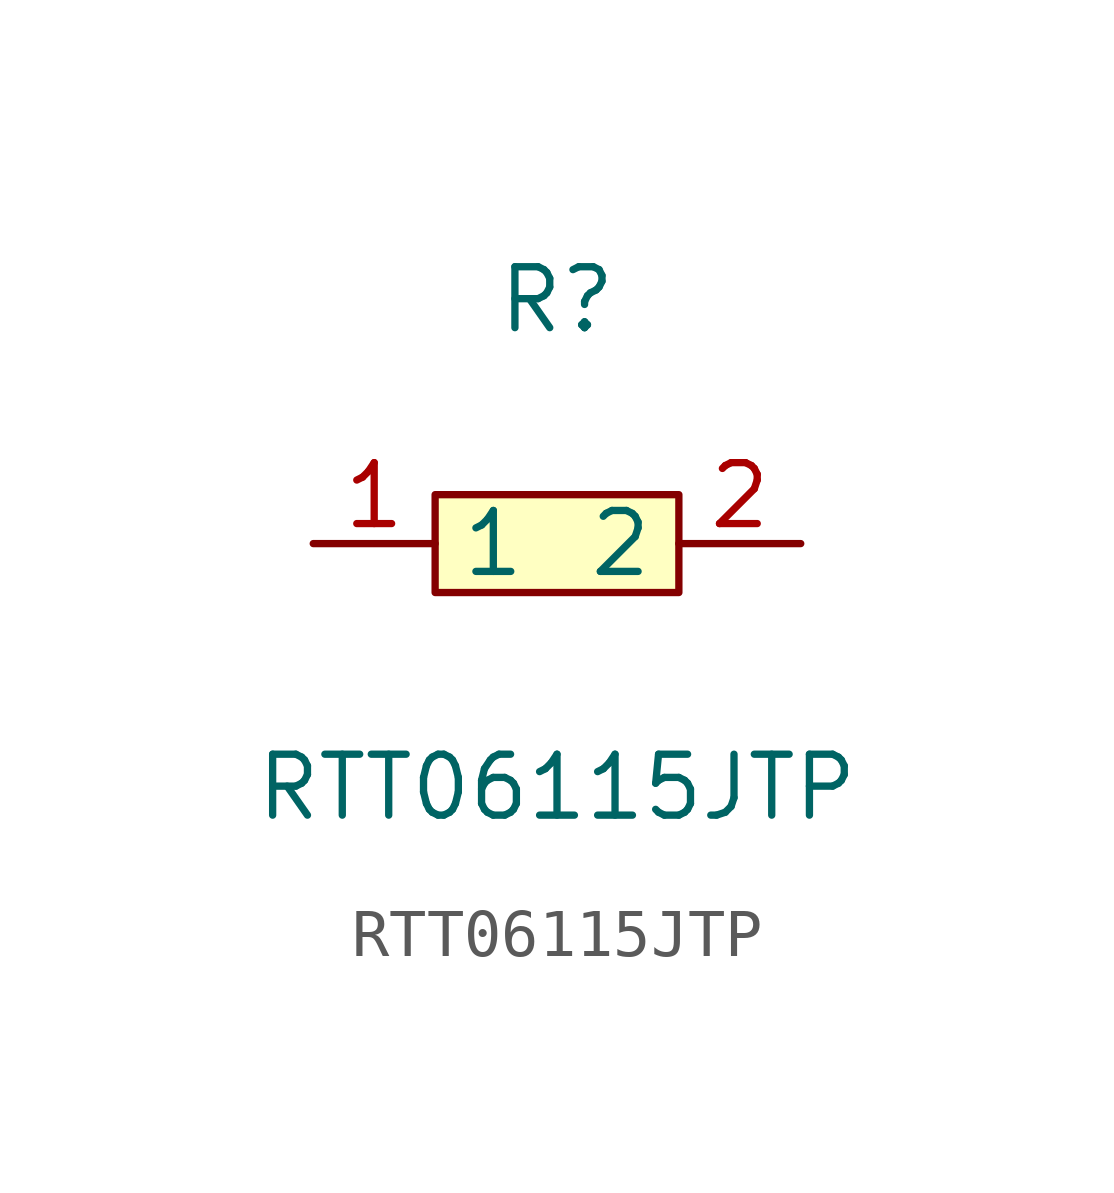
<source format=kicad_sym>
(kicad_symbol_lib
  (version 1)
  (generator "faebryk")
  (symbol "RTT06115JTP"
    (property "Reference" "R"
      (at 0 5.08 0)
      (effects (font (size 1.27 1.27)) (hide no)))
    (property "Value" "RTT06115JTP"
      (at 0 -5.08 0)
      (effects (font (size 1.27 1.27)) (hide no)))
    (symbol "RTT06115JTP_0_1"
      (rectangle (start -2.54 1.02) (end 2.54 -1.02) (stroke (width 0) (type default) (color 0 0 0 0)) (fill (type background)))
      (pin unspecified line (at 5.08 0 180) (length 2.54) (name "2" (effects (font (size 1.27 1.27)) (hide no))) (number "2" (effects (font (size 1.27 1.27)) (hide no))))
      (pin unspecified line (at -5.08 0 0) (length 2.54) (name "1" (effects (font (size 1.27 1.27)) (hide no))) (number "1" (effects (font (size 1.27 1.27)) (hide no)))))))
</source>
